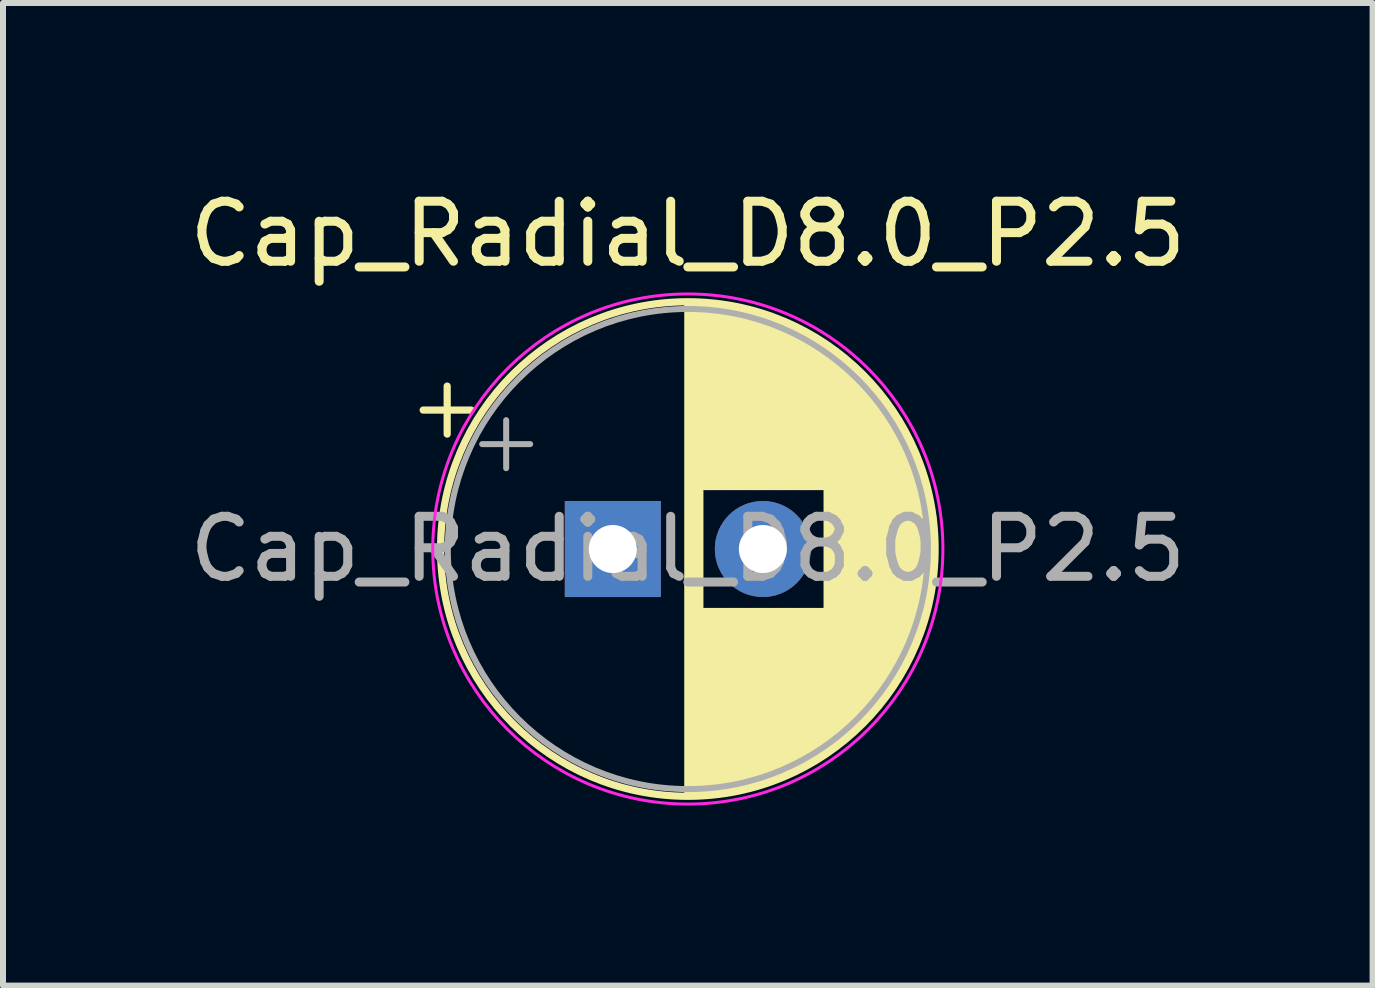
<source format=kicad_pcb>
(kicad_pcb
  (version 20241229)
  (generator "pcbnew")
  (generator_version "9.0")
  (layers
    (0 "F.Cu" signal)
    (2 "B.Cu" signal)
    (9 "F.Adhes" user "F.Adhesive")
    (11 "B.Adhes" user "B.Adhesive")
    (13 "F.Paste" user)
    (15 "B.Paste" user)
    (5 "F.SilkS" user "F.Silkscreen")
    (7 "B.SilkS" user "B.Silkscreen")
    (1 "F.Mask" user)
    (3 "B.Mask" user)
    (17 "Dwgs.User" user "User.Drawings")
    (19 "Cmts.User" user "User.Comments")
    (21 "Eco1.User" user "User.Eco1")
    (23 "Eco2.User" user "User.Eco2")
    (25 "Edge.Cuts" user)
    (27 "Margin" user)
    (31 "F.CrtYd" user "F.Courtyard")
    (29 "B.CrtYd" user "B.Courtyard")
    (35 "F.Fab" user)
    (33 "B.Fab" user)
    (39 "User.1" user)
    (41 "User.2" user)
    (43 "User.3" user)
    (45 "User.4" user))
  (footprint "Cap_Radial_D8.0_P2.5"
    (layer "F.Cu")
    (at 7.161 6.098)
    (property "Reference" "Cap_Radial_D8.0_P2.5" (at 1.25 -5.25 0) (layer "F.SilkS") (effects (font (size 1 1) (thickness 0.15))))
    (fp_line (start -3.16 -2.315) (end -2.36 -2.315) (stroke (width 0.12) (type solid)) (layer "F.SilkS"))
    (fp_line (start -2.76 -2.715) (end -2.76 -1.915) (stroke (width 0.12) (type solid)) (layer "F.SilkS"))
    (fp_line (start 1.25 -4.08) (end 1.25 4.08) (stroke (width 0.12) (type solid)) (layer "F.SilkS"))
    (fp_line (start 1.29 -4.08) (end 1.29 4.08) (stroke (width 0.12) (type solid)) (layer "F.SilkS"))
    (fp_line (start 1.33 -4.08) (end 1.33 4.08) (stroke (width 0.12) (type solid)) (layer "F.SilkS"))
    (fp_line (start 1.37 -4.079) (end 1.37 4.079) (stroke (width 0.12) (type solid)) (layer "F.SilkS"))
    (fp_line (start 1.41 -4.077) (end 1.41 4.077) (stroke (width 0.12) (type solid)) (layer "F.SilkS"))
    (fp_line (start 1.45 -4.076) (end 1.45 4.076) (stroke (width 0.12) (type solid)) (layer "F.SilkS"))
    (fp_line (start 1.49 -4.074) (end 1.49 -1.04) (stroke (width 0.12) (type solid)) (layer "F.SilkS"))
    (fp_line (start 1.49 1.04) (end 1.49 4.074) (stroke (width 0.12) (type solid)) (layer "F.SilkS"))
    (fp_line (start 1.53 -4.071) (end 1.53 -1.04) (stroke (width 0.12) (type solid)) (layer "F.SilkS"))
    (fp_line (start 1.53 1.04) (end 1.53 4.071) (stroke (width 0.12) (type solid)) (layer "F.SilkS"))
    (fp_line (start 1.57 -4.068) (end 1.57 -1.04) (stroke (width 0.12) (type solid)) (layer "F.SilkS"))
    (fp_line (start 1.57 1.04) (end 1.57 4.068) (stroke (width 0.12) (type solid)) (layer "F.SilkS"))
    (fp_line (start 1.61 -4.065) (end 1.61 -1.04) (stroke (width 0.12) (type solid)) (layer "F.SilkS"))
    (fp_line (start 1.61 1.04) (end 1.61 4.065) (stroke (width 0.12) (type solid)) (layer "F.SilkS"))
    (fp_line (start 1.65 -4.061) (end 1.65 -1.04) (stroke (width 0.12) (type solid)) (layer "F.SilkS"))
    (fp_line (start 1.65 1.04) (end 1.65 4.061) (stroke (width 0.12) (type solid)) (layer "F.SilkS"))
    (fp_line (start 1.69 -4.057) (end 1.69 -1.04) (stroke (width 0.12) (type solid)) (layer "F.SilkS"))
    (fp_line (start 1.69 1.04) (end 1.69 4.057) (stroke (width 0.12) (type solid)) (layer "F.SilkS"))
    (fp_line (start 1.73 -4.052) (end 1.73 -1.04) (stroke (width 0.12) (type solid)) (layer "F.SilkS"))
    (fp_line (start 1.73 1.04) (end 1.73 4.052) (stroke (width 0.12) (type solid)) (layer "F.SilkS"))
    (fp_line (start 1.77 -4.048) (end 1.77 -1.04) (stroke (width 0.12) (type solid)) (layer "F.SilkS"))
    (fp_line (start 1.77 1.04) (end 1.77 4.048) (stroke (width 0.12) (type solid)) (layer "F.SilkS"))
    (fp_line (start 1.81 -4.042) (end 1.81 -1.04) (stroke (width 0.12) (type solid)) (layer "F.SilkS"))
    (fp_line (start 1.81 1.04) (end 1.81 4.042) (stroke (width 0.12) (type solid)) (layer "F.SilkS"))
    (fp_line (start 1.85 -4.037) (end 1.85 -1.04) (stroke (width 0.12) (type solid)) (layer "F.SilkS"))
    (fp_line (start 1.85 1.04) (end 1.85 4.037) (stroke (width 0.12) (type solid)) (layer "F.SilkS"))
    (fp_line (start 1.89 -4.03) (end 1.89 -1.04) (stroke (width 0.12) (type solid)) (layer "F.SilkS"))
    (fp_line (start 1.89 1.04) (end 1.89 4.03) (stroke (width 0.12) (type solid)) (layer "F.SilkS"))
    (fp_line (start 1.93 -4.024) (end 1.93 -1.04) (stroke (width 0.12) (type solid)) (layer "F.SilkS"))
    (fp_line (start 1.93 1.04) (end 1.93 4.024) (stroke (width 0.12) (type solid)) (layer "F.SilkS"))
    (fp_line (start 1.971 -4.017) (end 1.971 -1.04) (stroke (width 0.12) (type solid)) (layer "F.SilkS"))
    (fp_line (start 1.971 1.04) (end 1.971 4.017) (stroke (width 0.12) (type solid)) (layer "F.SilkS"))
    (fp_line (start 2.011 -4.01) (end 2.011 -1.04) (stroke (width 0.12) (type solid)) (layer "F.SilkS"))
    (fp_line (start 2.011 1.04) (end 2.011 4.01) (stroke (width 0.12) (type solid)) (layer "F.SilkS"))
    (fp_line (start 2.051 -4.002) (end 2.051 -1.04) (stroke (width 0.12) (type solid)) (layer "F.SilkS"))
    (fp_line (start 2.051 1.04) (end 2.051 4.002) (stroke (width 0.12) (type solid)) (layer "F.SilkS"))
    (fp_line (start 2.091 -3.994) (end 2.091 -1.04) (stroke (width 0.12) (type solid)) (layer "F.SilkS"))
    (fp_line (start 2.091 1.04) (end 2.091 3.994) (stroke (width 0.12) (type solid)) (layer "F.SilkS"))
    (fp_line (start 2.131 -3.985) (end 2.131 -1.04) (stroke (width 0.12) (type solid)) (layer "F.SilkS"))
    (fp_line (start 2.131 1.04) (end 2.131 3.985) (stroke (width 0.12) (type solid)) (layer "F.SilkS"))
    (fp_line (start 2.171 -3.976) (end 2.171 -1.04) (stroke (width 0.12) (type solid)) (layer "F.SilkS"))
    (fp_line (start 2.171 1.04) (end 2.171 3.976) (stroke (width 0.12) (type solid)) (layer "F.SilkS"))
    (fp_line (start 2.211 -3.967) (end 2.211 -1.04) (stroke (width 0.12) (type solid)) (layer "F.SilkS"))
    (fp_line (start 2.211 1.04) (end 2.211 3.967) (stroke (width 0.12) (type solid)) (layer "F.SilkS"))
    (fp_line (start 2.251 -3.957) (end 2.251 -1.04) (stroke (width 0.12) (type solid)) (layer "F.SilkS"))
    (fp_line (start 2.251 1.04) (end 2.251 3.957) (stroke (width 0.12) (type solid)) (layer "F.SilkS"))
    (fp_line (start 2.291 -3.947) (end 2.291 -1.04) (stroke (width 0.12) (type solid)) (layer "F.SilkS"))
    (fp_line (start 2.291 1.04) (end 2.291 3.947) (stroke (width 0.12) (type solid)) (layer "F.SilkS"))
    (fp_line (start 2.331 -3.936) (end 2.331 -1.04) (stroke (width 0.12) (type solid)) (layer "F.SilkS"))
    (fp_line (start 2.331 1.04) (end 2.331 3.936) (stroke (width 0.12) (type solid)) (layer "F.SilkS"))
    (fp_line (start 2.371 -3.925) (end 2.371 -1.04) (stroke (width 0.12) (type solid)) (layer "F.SilkS"))
    (fp_line (start 2.371 1.04) (end 2.371 3.925) (stroke (width 0.12) (type solid)) (layer "F.SilkS"))
    (fp_line (start 2.411 -3.914) (end 2.411 -1.04) (stroke (width 0.12) (type solid)) (layer "F.SilkS"))
    (fp_line (start 2.411 1.04) (end 2.411 3.914) (stroke (width 0.12) (type solid)) (layer "F.SilkS"))
    (fp_line (start 2.451 -3.902) (end 2.451 -1.04) (stroke (width 0.12) (type solid)) (layer "F.SilkS"))
    (fp_line (start 2.451 1.04) (end 2.451 3.902) (stroke (width 0.12) (type solid)) (layer "F.SilkS"))
    (fp_line (start 2.491 -3.889) (end 2.491 -1.04) (stroke (width 0.12) (type solid)) (layer "F.SilkS"))
    (fp_line (start 2.491 1.04) (end 2.491 3.889) (stroke (width 0.12) (type solid)) (layer "F.SilkS"))
    (fp_line (start 2.531 -3.877) (end 2.531 -1.04) (stroke (width 0.12) (type solid)) (layer "F.SilkS"))
    (fp_line (start 2.531 1.04) (end 2.531 3.877) (stroke (width 0.12) (type solid)) (layer "F.SilkS"))
    (fp_line (start 2.571 -3.863) (end 2.571 -1.04) (stroke (width 0.12) (type solid)) (layer "F.SilkS"))
    (fp_line (start 2.571 1.04) (end 2.571 3.863) (stroke (width 0.12) (type solid)) (layer "F.SilkS"))
    (fp_line (start 2.611 -3.85) (end 2.611 -1.04) (stroke (width 0.12) (type solid)) (layer "F.SilkS"))
    (fp_line (start 2.611 1.04) (end 2.611 3.85) (stroke (width 0.12) (type solid)) (layer "F.SilkS"))
    (fp_line (start 2.651 -3.835) (end 2.651 -1.04) (stroke (width 0.12) (type solid)) (layer "F.SilkS"))
    (fp_line (start 2.651 1.04) (end 2.651 3.835) (stroke (width 0.12) (type solid)) (layer "F.SilkS"))
    (fp_line (start 2.691 -3.821) (end 2.691 -1.04) (stroke (width 0.12) (type solid)) (layer "F.SilkS"))
    (fp_line (start 2.691 1.04) (end 2.691 3.821) (stroke (width 0.12) (type solid)) (layer "F.SilkS"))
    (fp_line (start 2.731 -3.805) (end 2.731 -1.04) (stroke (width 0.12) (type solid)) (layer "F.SilkS"))
    (fp_line (start 2.731 1.04) (end 2.731 3.805) (stroke (width 0.12) (type solid)) (layer "F.SilkS"))
    (fp_line (start 2.771 -3.79) (end 2.771 -1.04) (stroke (width 0.12) (type solid)) (layer "F.SilkS"))
    (fp_line (start 2.771 1.04) (end 2.771 3.79) (stroke (width 0.12) (type solid)) (layer "F.SilkS"))
    (fp_line (start 2.811 -3.774) (end 2.811 -1.04) (stroke (width 0.12) (type solid)) (layer "F.SilkS"))
    (fp_line (start 2.811 1.04) (end 2.811 3.774) (stroke (width 0.12) (type solid)) (layer "F.SilkS"))
    (fp_line (start 2.851 -3.757) (end 2.851 -1.04) (stroke (width 0.12) (type solid)) (layer "F.SilkS"))
    (fp_line (start 2.851 1.04) (end 2.851 3.757) (stroke (width 0.12) (type solid)) (layer "F.SilkS"))
    (fp_line (start 2.891 -3.74) (end 2.891 -1.04) (stroke (width 0.12) (type solid)) (layer "F.SilkS"))
    (fp_line (start 2.891 1.04) (end 2.891 3.74) (stroke (width 0.12) (type solid)) (layer "F.SilkS"))
    (fp_line (start 2.931 -3.722) (end 2.931 -1.04) (stroke (width 0.12) (type solid)) (layer "F.SilkS"))
    (fp_line (start 2.931 1.04) (end 2.931 3.722) (stroke (width 0.12) (type solid)) (layer "F.SilkS"))
    (fp_line (start 2.971 -3.704) (end 2.971 -1.04) (stroke (width 0.12) (type solid)) (layer "F.SilkS"))
    (fp_line (start 2.971 1.04) (end 2.971 3.704) (stroke (width 0.12) (type solid)) (layer "F.SilkS"))
    (fp_line (start 3.011 -3.686) (end 3.011 -1.04) (stroke (width 0.12) (type solid)) (layer "F.SilkS"))
    (fp_line (start 3.011 1.04) (end 3.011 3.686) (stroke (width 0.12) (type solid)) (layer "F.SilkS"))
    (fp_line (start 3.051 -3.666) (end 3.051 -1.04) (stroke (width 0.12) (type solid)) (layer "F.SilkS"))
    (fp_line (start 3.051 1.04) (end 3.051 3.666) (stroke (width 0.12) (type solid)) (layer "F.SilkS"))
    (fp_line (start 3.091 -3.647) (end 3.091 -1.04) (stroke (width 0.12) (type solid)) (layer "F.SilkS"))
    (fp_line (start 3.091 1.04) (end 3.091 3.647) (stroke (width 0.12) (type solid)) (layer "F.SilkS"))
    (fp_line (start 3.131 -3.627) (end 3.131 -1.04) (stroke (width 0.12) (type solid)) (layer "F.SilkS"))
    (fp_line (start 3.131 1.04) (end 3.131 3.627) (stroke (width 0.12) (type solid)) (layer "F.SilkS"))
    (fp_line (start 3.171 -3.606) (end 3.171 -1.04) (stroke (width 0.12) (type solid)) (layer "F.SilkS"))
    (fp_line (start 3.171 1.04) (end 3.171 3.606) (stroke (width 0.12) (type solid)) (layer "F.SilkS"))
    (fp_line (start 3.211 -3.584) (end 3.211 -1.04) (stroke (width 0.12) (type solid)) (layer "F.SilkS"))
    (fp_line (start 3.211 1.04) (end 3.211 3.584) (stroke (width 0.12) (type solid)) (layer "F.SilkS"))
    (fp_line (start 3.251 -3.562) (end 3.251 -1.04) (stroke (width 0.12) (type solid)) (layer "F.SilkS"))
    (fp_line (start 3.251 1.04) (end 3.251 3.562) (stroke (width 0.12) (type solid)) (layer "F.SilkS"))
    (fp_line (start 3.291 -3.54) (end 3.291 -1.04) (stroke (width 0.12) (type solid)) (layer "F.SilkS"))
    (fp_line (start 3.291 1.04) (end 3.291 3.54) (stroke (width 0.12) (type solid)) (layer "F.SilkS"))
    (fp_line (start 3.331 -3.517) (end 3.331 -1.04) (stroke (width 0.12) (type solid)) (layer "F.SilkS"))
    (fp_line (start 3.331 1.04) (end 3.331 3.517) (stroke (width 0.12) (type solid)) (layer "F.SilkS"))
    (fp_line (start 3.371 -3.493) (end 3.371 -1.04) (stroke (width 0.12) (type solid)) (layer "F.SilkS"))
    (fp_line (start 3.371 1.04) (end 3.371 3.493) (stroke (width 0.12) (type solid)) (layer "F.SilkS"))
    (fp_line (start 3.411 -3.469) (end 3.411 -1.04) (stroke (width 0.12) (type solid)) (layer "F.SilkS"))
    (fp_line (start 3.411 1.04) (end 3.411 3.469) (stroke (width 0.12) (type solid)) (layer "F.SilkS"))
    (fp_line (start 3.451 -3.444) (end 3.451 -1.04) (stroke (width 0.12) (type solid)) (layer "F.SilkS"))
    (fp_line (start 3.451 1.04) (end 3.451 3.444) (stroke (width 0.12) (type solid)) (layer "F.SilkS"))
    (fp_line (start 3.491 -3.418) (end 3.491 -1.04) (stroke (width 0.12) (type solid)) (layer "F.SilkS"))
    (fp_line (start 3.491 1.04) (end 3.491 3.418) (stroke (width 0.12) (type solid)) (layer "F.SilkS"))
    (fp_line (start 3.531 -3.392) (end 3.531 -1.04) (stroke (width 0.12) (type solid)) (layer "F.SilkS"))
    (fp_line (start 3.531 1.04) (end 3.531 3.392) (stroke (width 0.12) (type solid)) (layer "F.SilkS"))
    (fp_line (start 3.571 -3.365) (end 3.571 3.365) (stroke (width 0.12) (type solid)) (layer "F.SilkS"))
    (fp_line (start 3.611 -3.338) (end 3.611 3.338) (stroke (width 0.12) (type solid)) (layer "F.SilkS"))
    (fp_line (start 3.651 -3.309) (end 3.651 3.309) (stroke (width 0.12) (type solid)) (layer "F.SilkS"))
    (fp_line (start 3.691 -3.28) (end 3.691 3.28) (stroke (width 0.12) (type solid)) (layer "F.SilkS"))
    (fp_line (start 3.731 -3.25) (end 3.731 3.25) (stroke (width 0.12) (type solid)) (layer "F.SilkS"))
    (fp_line (start 3.771 -3.22) (end 3.771 3.22) (stroke (width 0.12) (type solid)) (layer "F.SilkS"))
    (fp_line (start 3.811 -3.189) (end 3.811 3.189) (stroke (width 0.12) (type solid)) (layer "F.SilkS"))
    (fp_line (start 3.851 -3.156) (end 3.851 3.156) (stroke (width 0.12) (type solid)) (layer "F.SilkS"))
    (fp_line (start 3.891 -3.124) (end 3.891 3.124) (stroke (width 0.12) (type solid)) (layer "F.SilkS"))
    (fp_line (start 3.931 -3.09) (end 3.931 3.09) (stroke (width 0.12) (type solid)) (layer "F.SilkS"))
    (fp_line (start 3.971 -3.055) (end 3.971 3.055) (stroke (width 0.12) (type solid)) (layer "F.SilkS"))
    (fp_line (start 4.011 -3.019) (end 4.011 3.019) (stroke (width 0.12) (type solid)) (layer "F.SilkS"))
    (fp_line (start 4.051 -2.983) (end 4.051 2.983) (stroke (width 0.12) (type solid)) (layer "F.SilkS"))
    (fp_line (start 4.091 -2.945) (end 4.091 2.945) (stroke (width 0.12) (type solid)) (layer "F.SilkS"))
    (fp_line (start 4.131 -2.907) (end 4.131 2.907) (stroke (width 0.12) (type solid)) (layer "F.SilkS"))
    (fp_line (start 4.171 -2.867) (end 4.171 2.867) (stroke (width 0.12) (type solid)) (layer "F.SilkS"))
    (fp_line (start 4.211 -2.826) (end 4.211 2.826) (stroke (width 0.12) (type solid)) (layer "F.SilkS"))
    (fp_line (start 4.251 -2.784) (end 4.251 2.784) (stroke (width 0.12) (type solid)) (layer "F.SilkS"))
    (fp_line (start 4.291 -2.741) (end 4.291 2.741) (stroke (width 0.12) (type solid)) (layer "F.SilkS"))
    (fp_line (start 4.331 -2.697) (end 4.331 2.697) (stroke (width 0.12) (type solid)) (layer "F.SilkS"))
    (fp_line (start 4.371 -2.651) (end 4.371 2.651) (stroke (width 0.12) (type solid)) (layer "F.SilkS"))
    (fp_line (start 4.411 -2.604) (end 4.411 2.604) (stroke (width 0.12) (type solid)) (layer "F.SilkS"))
    (fp_line (start 4.451 -2.556) (end 4.451 2.556) (stroke (width 0.12) (type solid)) (layer "F.SilkS"))
    (fp_line (start 4.491 -2.505) (end 4.491 2.505) (stroke (width 0.12) (type solid)) (layer "F.SilkS"))
    (fp_line (start 4.531 -2.454) (end 4.531 2.454) (stroke (width 0.12) (type solid)) (layer "F.SilkS"))
    (fp_line (start 4.571 -2.4) (end 4.571 2.4) (stroke (width 0.12) (type solid)) (layer "F.SilkS"))
    (fp_line (start 4.611 -2.345) (end 4.611 2.345) (stroke (width 0.12) (type solid)) (layer "F.SilkS"))
    (fp_line (start 4.651 -2.287) (end 4.651 2.287) (stroke (width 0.12) (type solid)) (layer "F.SilkS"))
    (fp_line (start 4.691 -2.228) (end 4.691 2.228) (stroke (width 0.12) (type solid)) (layer "F.SilkS"))
    (fp_line (start 4.731 -2.166) (end 4.731 2.166) (stroke (width 0.12) (type solid)) (layer "F.SilkS"))
    (fp_line (start 4.771 -2.102) (end 4.771 2.102) (stroke (width 0.12) (type solid)) (layer "F.SilkS"))
    (fp_line (start 4.811 -2.034) (end 4.811 2.034) (stroke (width 0.12) (type solid)) (layer "F.SilkS"))
    (fp_line (start 4.851 -1.964) (end 4.851 1.964) (stroke (width 0.12) (type solid)) (layer "F.SilkS"))
    (fp_line (start 4.891 -1.89) (end 4.891 1.89) (stroke (width 0.12) (type solid)) (layer "F.SilkS"))
    (fp_line (start 4.931 -1.813) (end 4.931 1.813) (stroke (width 0.12) (type solid)) (layer "F.SilkS"))
    (fp_line (start 4.971 -1.731) (end 4.971 1.731) (stroke (width 0.12) (type solid)) (layer "F.SilkS"))
    (fp_line (start 5.011 -1.645) (end 5.011 1.645) (stroke (width 0.12) (type solid)) (layer "F.SilkS"))
    (fp_line (start 5.051 -1.552) (end 5.051 1.552) (stroke (width 0.12) (type solid)) (layer "F.SilkS"))
    (fp_line (start 5.091 -1.453) (end 5.091 1.453) (stroke (width 0.12) (type solid)) (layer "F.SilkS"))
    (fp_line (start 5.131 -1.346) (end 5.131 1.346) (stroke (width 0.12) (type solid)) (layer "F.SilkS"))
    (fp_line (start 5.171 -1.229) (end 5.171 1.229) (stroke (width 0.12) (type solid)) (layer "F.SilkS"))
    (fp_line (start 5.211 -1.098) (end 5.211 1.098) (stroke (width 0.12) (type solid)) (layer "F.SilkS"))
    (fp_line (start 5.251 -0.948) (end 5.251 0.948) (stroke (width 0.12) (type solid)) (layer "F.SilkS"))
    (fp_line (start 5.291 -0.768) (end 5.291 0.768) (stroke (width 0.12) (type solid)) (layer "F.SilkS"))
    (fp_line (start 5.331 -0.533) (end 5.331 0.533) (stroke (width 0.12) (type solid)) (layer "F.SilkS"))
    (fp_circle (center 1.25 0) (end 5.37 0) (stroke (width 0.12) (type solid)) (fill no) (layer "F.SilkS"))
    (fp_circle (center 1.25 0) (end 5.5 0) (stroke (width 0.05) (type solid)) (fill no) (layer "F.CrtYd"))
    (fp_line (start -2.177 -1.748) (end -1.377 -1.748) (stroke (width 0.1) (type solid)) (layer "F.Fab"))
    (fp_line (start -1.777 -2.147) (end -1.777 -1.347) (stroke (width 0.1) (type solid)) (layer "F.Fab"))
    (fp_circle (center 1.25 0) (end 5.25 0) (stroke (width 0.1) (type solid)) (fill no) (layer "F.Fab"))
    (fp_text user "${REFERENCE}" (at 1.25 0 0) (layer "F.Fab") (effects (font (size 1 1) (thickness 0.15))))
    (pad "1" thru_hole rect (at 0 0) (size 1.6 1.6) (drill 0.8) (layers "*.Cu" "*.Mask"))
    (pad "2" thru_hole circle (at 2.5 0) (size 1.6 1.6) (drill 0.8) (layers "*.Cu" "*.Mask")))
  (gr_rect
    (start -3 -3)
    (end 19.821 13.373)
    (stroke (width 0.1) (type default))
    (fill no)
    (layer "Edge.Cuts")))
</source>
